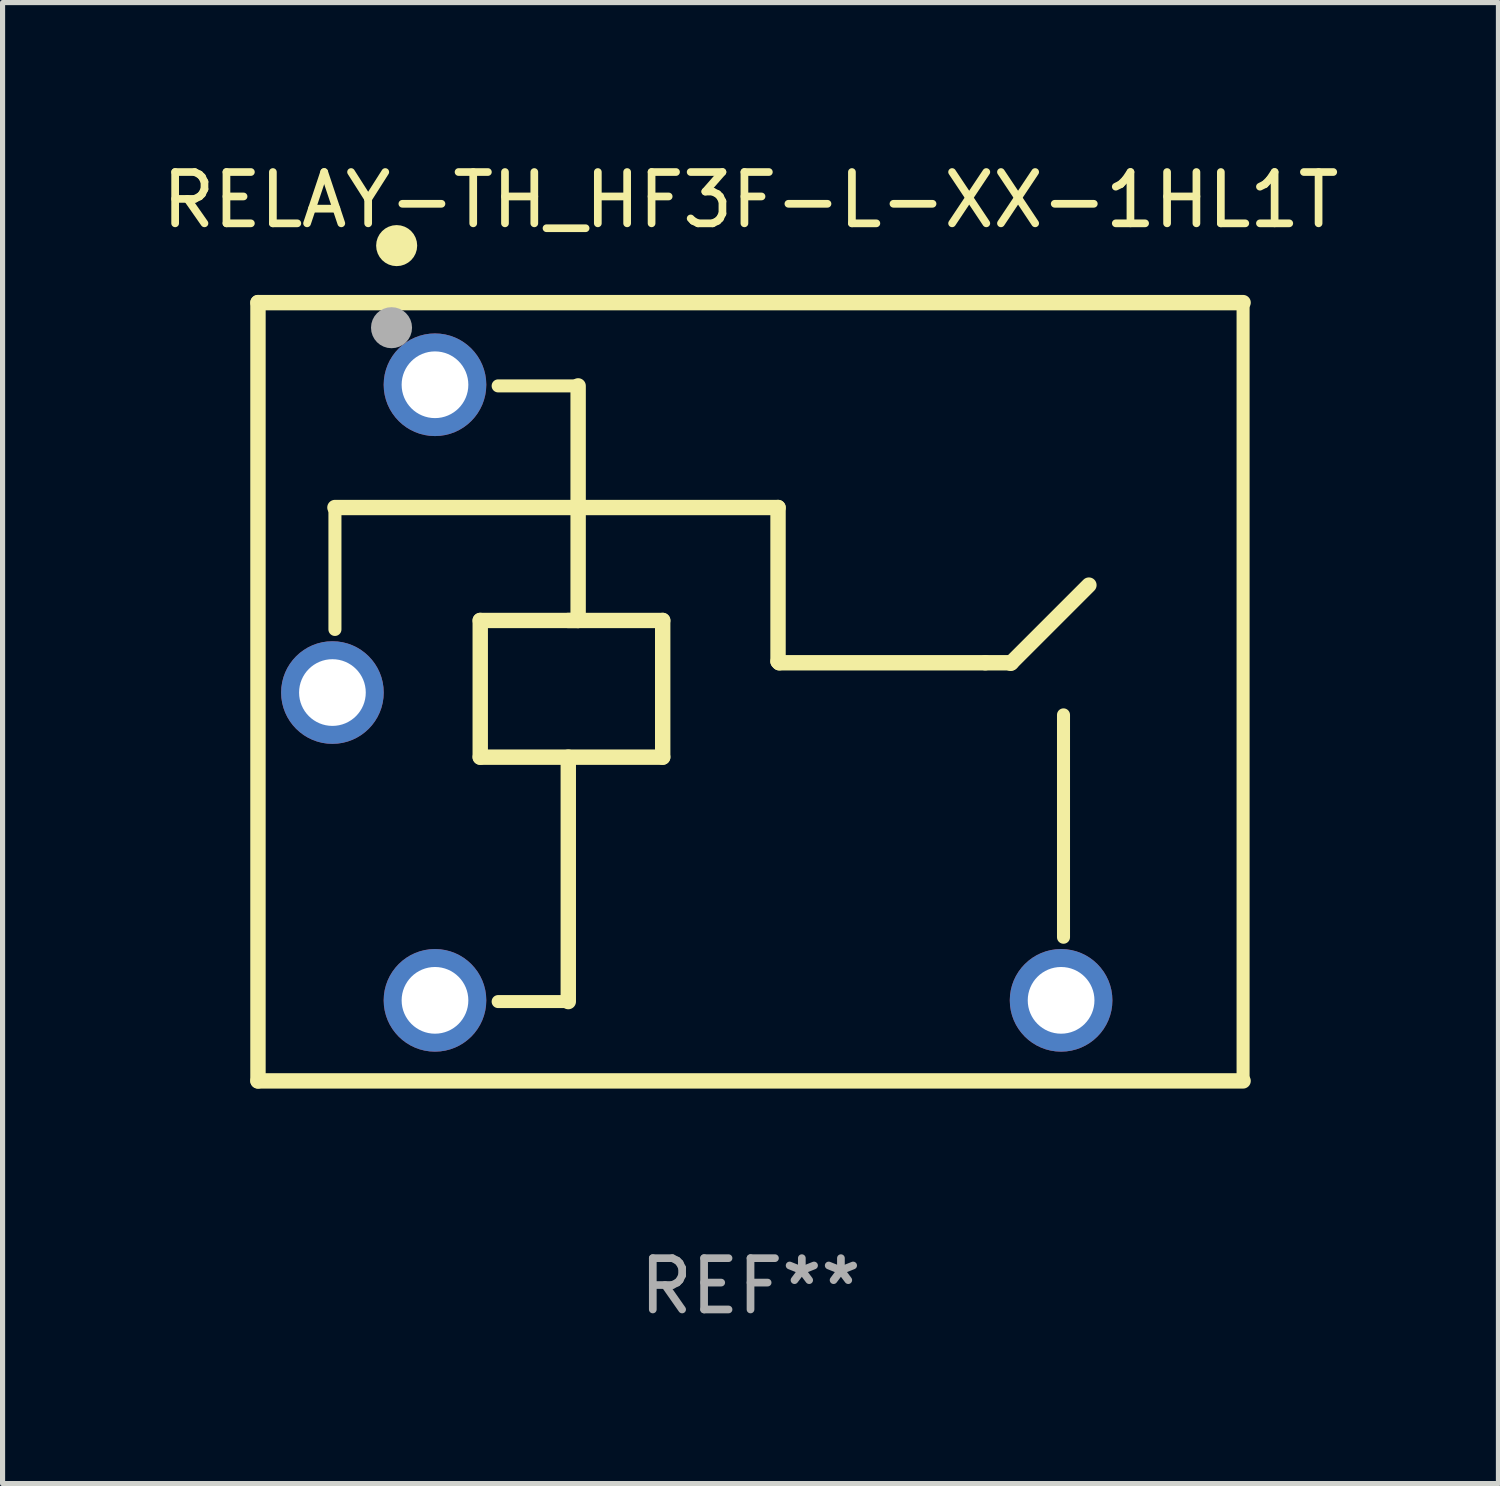
<source format=kicad_pcb>
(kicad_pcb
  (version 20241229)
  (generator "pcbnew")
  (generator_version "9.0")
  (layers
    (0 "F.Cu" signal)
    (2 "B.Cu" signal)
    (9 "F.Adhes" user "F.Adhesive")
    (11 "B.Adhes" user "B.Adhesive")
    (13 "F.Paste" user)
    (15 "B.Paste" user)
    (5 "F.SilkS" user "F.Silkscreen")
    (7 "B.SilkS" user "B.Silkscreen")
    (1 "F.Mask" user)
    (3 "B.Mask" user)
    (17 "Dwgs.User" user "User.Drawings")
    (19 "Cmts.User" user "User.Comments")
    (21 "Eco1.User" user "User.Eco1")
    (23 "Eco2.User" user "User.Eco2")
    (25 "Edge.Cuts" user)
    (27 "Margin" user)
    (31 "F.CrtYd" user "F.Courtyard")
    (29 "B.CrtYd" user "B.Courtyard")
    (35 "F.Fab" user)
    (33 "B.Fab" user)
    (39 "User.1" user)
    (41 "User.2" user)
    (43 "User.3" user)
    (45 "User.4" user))
  (footprint "RELAY-TH_HF3F-L-XX-1HL1T"
    (layer "F.Cu")
    (at 10.53 10.448)
    (property "Reference" "RELAY-TH_HF3F-L-XX-1HL1T" (at 1.048 -9.6 0) (layer "F.SilkS") (effects (font (size 1 1) (thickness 0.15))))
    (attr through_hole)
    (fp_line (start -8.552 -7.6) (end 10.648 -7.6) (stroke (width 0.3) (type solid)) (layer "F.SilkS"))
    (fp_line (start -8.552 7.569) (end -8.552 -7.6) (stroke (width 0.3) (type solid)) (layer "F.SilkS"))
    (fp_line (start -7.052 -3.606) (end -7.052 -1.23) (stroke (width 0.254) (type solid)) (layer "F.SilkS"))
    (fp_line (start -7.052 -3.606) (end 1.584 -3.606) (stroke (width 0.3) (type solid)) (layer "F.SilkS"))
    (fp_line (start -4.22 -1.405) (end -2.312 -1.405) (stroke (width 0.3) (type solid)) (layer "F.SilkS"))
    (fp_line (start -4.22 1.259) (end -4.22 -1.405) (stroke (width 0.3) (type solid)) (layer "F.SilkS"))
    (fp_line (start -2.504 -1.405) (end -0.664 -1.405) (stroke (width 0.3) (type solid)) (layer "F.SilkS"))
    (fp_line (start -2.504 6.023) (end -3.871 6.023) (stroke (width 0.254) (type solid)) (layer "F.SilkS"))
    (fp_line (start -2.504 6.023) (end -2.504 1.259) (stroke (width 0.3) (type solid)) (layer "F.SilkS"))
    (fp_line (start -2.312 -5.977) (end -3.871 -5.977) (stroke (width 0.254) (type solid)) (layer "F.SilkS"))
    (fp_line (start -2.312 -1.405) (end -2.312 -5.977) (stroke (width 0.3) (type solid)) (layer "F.SilkS"))
    (fp_line (start -0.664 -1.405) (end -0.664 1.259) (stroke (width 0.3) (type solid)) (layer "F.SilkS"))
    (fp_line (start -0.664 1.259) (end -4.22 1.259) (stroke (width 0.3) (type solid)) (layer "F.SilkS"))
    (fp_line (start 1.584 -3.606) (end 1.584 -0.606) (stroke (width 0.3) (type solid)) (layer "F.SilkS"))
    (fp_line (start 1.584 -0.606) (end 1.608 -0.581) (stroke (width 0.3) (type solid)) (layer "F.SilkS"))
    (fp_line (start 1.608 -0.581) (end 5.624 -0.581) (stroke (width 0.3) (type solid)) (layer "F.SilkS"))
    (fp_line (start 5.624 -0.581) (end 6.132 -0.581) (stroke (width 0.3) (type solid)) (layer "F.SilkS"))
    (fp_line (start 6.119 -0.57) (end 7.643 -2.094) (stroke (width 0.3) (type solid)) (layer "F.SilkS"))
    (fp_line (start 7.148 0.435) (end 7.148 4.769) (stroke (width 0.254) (type solid)) (layer "F.SilkS"))
    (fp_line (start 10.648 -7.6) (end 10.648 7.569) (stroke (width 0.254) (type solid)) (layer "F.SilkS"))
    (fp_line (start 10.648 7.569) (end -8.552 7.569) (stroke (width 0.3) (type solid)) (layer "F.SilkS"))
    (fp_circle (center -8.499 -7.6) (end -8.469 -7.6) (stroke (width 0.06) (type solid)) (fill no) (layer "F.SilkS"))
    (fp_circle (center -5.849 -8.711) (end -5.649 -8.711) (stroke (width 0.4) (type solid)) (fill no) (layer "F.SilkS"))
    (fp_circle (center -5.949 -7.111) (end -5.749 -7.111) (stroke (width 0.4) (type solid)) (fill no) (layer "F.Fab"))
    (fp_text user "REF**" (at 1.048 11.569 0) (layer "F.Fab") (effects (font (size 1 1) (thickness 0.15))))
    (pad "1" thru_hole circle (at -5.102 -5.999) (size 2 2) (drill 1.3) (layers "*.Cu" "*.Mask"))
    (pad "2" thru_hole circle (at -5.102 5.999) (size 2 2) (drill 1.3) (layers "*.Cu" "*.Mask"))
    (pad "3" thru_hole circle (at 7.101 5.999) (size 2 2) (drill 1.3) (layers "*.Cu" "*.Mask"))
    (pad "4" thru_hole circle (at -7.101 0) (size 2 2) (drill 1.3) (layers "*.Cu" "*.Mask")))
  (gr_rect
    (start -3 -3)
    (end 26.155 25.865)
    (stroke (width 0.1) (type default))
    (fill no)
    (layer "Edge.Cuts")))
</source>
